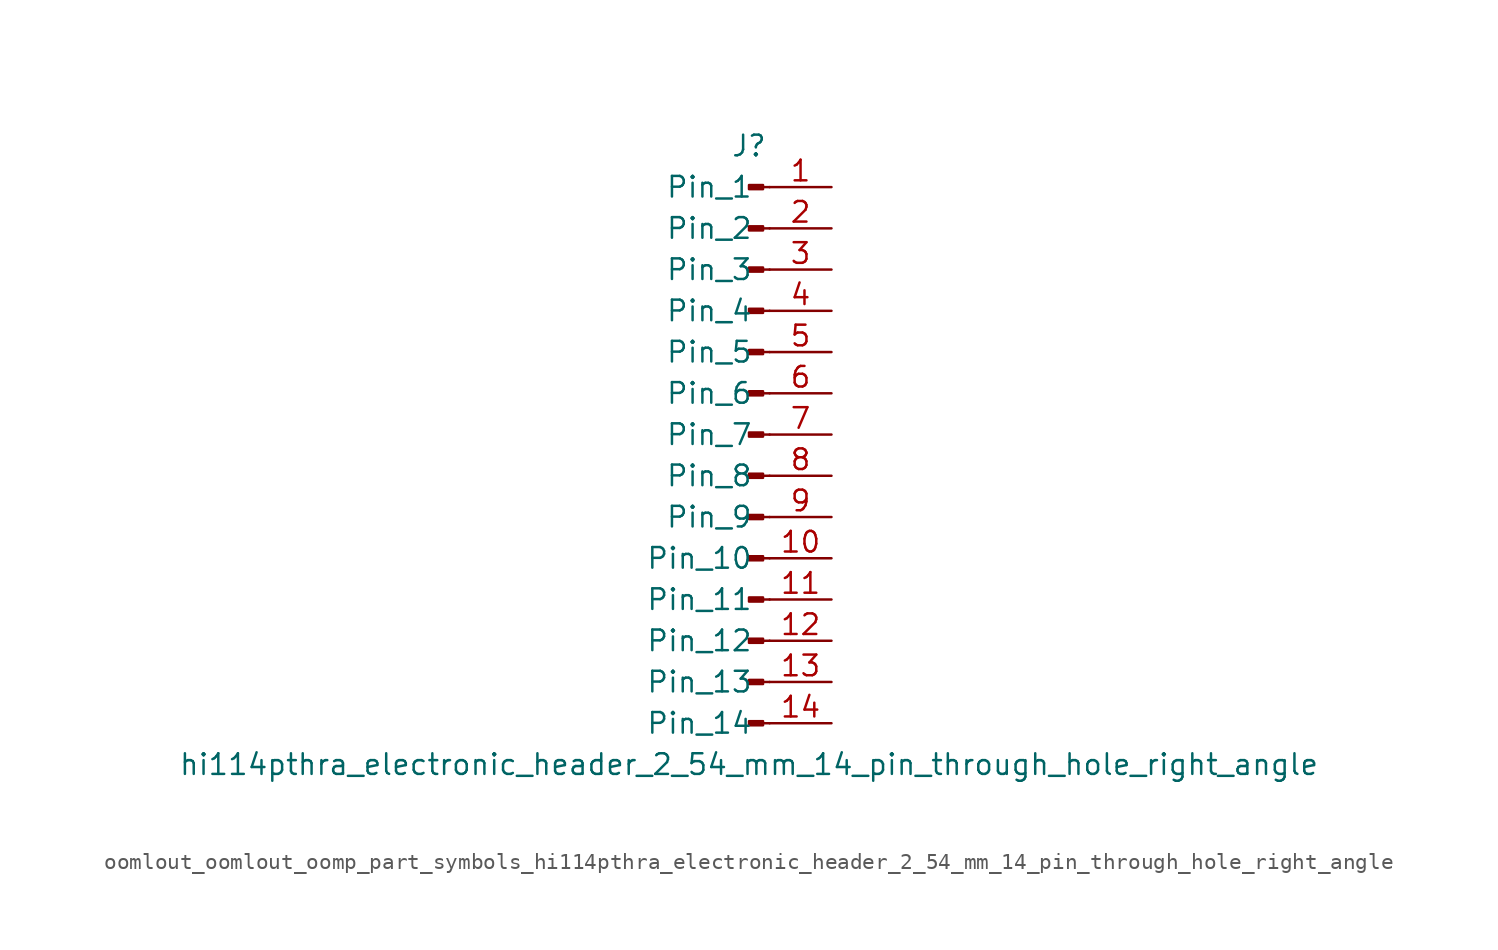
<source format=kicad_sym>
(kicad_symbol_lib
  (version 20220914)
  (generator kicad_symbol_editor)
  (symbol "oomlout_oomlout_oomp_part_symbols_hi114pthra_electronic_header_2_54_mm_14_pin_through_hole_right_angle"
    (pin_names
      (offset 1.016))
    (property "Reference" "J"
      (at 0 17.78 0)
      (effects (font (size 1.27 1.27))))
    (property "Value" "hi114pthra_electronic_header_2_54_mm_14_pin_through_hole_right_angle"
      (at 0 -20.32 0)
      (effects (font (size 1.27 1.27))))
    (property "ki_locked" ""
      (at 0 0 0)
      (effects (font (size 1.27 1.27))))
    (symbol "oomlout_oomlout_oomp_part_symbols_hi114pthra_electronic_header_2_54_mm_14_pin_through_hole_right_angle_1_1"
      (polyline (pts (xy 1.27 -17.78) (xy 0.864 -17.78)) (stroke (width 0.152) (type default)) (fill (type none)))
      (polyline (pts (xy 1.27 -15.24) (xy 0.864 -15.24)) (stroke (width 0.152) (type default)) (fill (type none)))
      (polyline (pts (xy 1.27 -12.7) (xy 0.864 -12.7)) (stroke (width 0.152) (type default)) (fill (type none)))
      (polyline (pts (xy 1.27 -10.16) (xy 0.864 -10.16)) (stroke (width 0.152) (type default)) (fill (type none)))
      (polyline (pts (xy 1.27 -7.62) (xy 0.864 -7.62)) (stroke (width 0.152) (type default)) (fill (type none)))
      (polyline (pts (xy 1.27 -5.08) (xy 0.864 -5.08)) (stroke (width 0.152) (type default)) (fill (type none)))
      (polyline (pts (xy 1.27 -2.54) (xy 0.864 -2.54)) (stroke (width 0.152) (type default)) (fill (type none)))
      (polyline (pts (xy 1.27 0) (xy 0.864 0)) (stroke (width 0.152) (type default)) (fill (type none)))
      (polyline (pts (xy 1.27 2.54) (xy 0.864 2.54)) (stroke (width 0.152) (type default)) (fill (type none)))
      (polyline (pts (xy 1.27 5.08) (xy 0.864 5.08)) (stroke (width 0.152) (type default)) (fill (type none)))
      (polyline (pts (xy 1.27 7.62) (xy 0.864 7.62)) (stroke (width 0.152) (type default)) (fill (type none)))
      (polyline (pts (xy 1.27 10.16) (xy 0.864 10.16)) (stroke (width 0.152) (type default)) (fill (type none)))
      (polyline (pts (xy 1.27 12.7) (xy 0.864 12.7)) (stroke (width 0.152) (type default)) (fill (type none)))
      (polyline (pts (xy 1.27 15.24) (xy 0.864 15.24)) (stroke (width 0.152) (type default)) (fill (type none)))
      (rectangle (start 0.864 -17.653) (end 0 -17.907) (stroke (width 0.152) (type default)) (fill (type outline)))
      (rectangle (start 0.864 -15.113) (end 0 -15.367) (stroke (width 0.152) (type default)) (fill (type outline)))
      (rectangle (start 0.864 -12.573) (end 0 -12.827) (stroke (width 0.152) (type default)) (fill (type outline)))
      (rectangle (start 0.864 -10.033) (end 0 -10.287) (stroke (width 0.152) (type default)) (fill (type outline)))
      (rectangle (start 0.864 -7.493) (end 0 -7.747) (stroke (width 0.152) (type default)) (fill (type outline)))
      (rectangle (start 0.864 -4.953) (end 0 -5.207) (stroke (width 0.152) (type default)) (fill (type outline)))
      (rectangle (start 0.864 -2.413) (end 0 -2.667) (stroke (width 0.152) (type default)) (fill (type outline)))
      (rectangle (start 0.864 0.127) (end 0 -0.127) (stroke (width 0.152) (type default)) (fill (type outline)))
      (rectangle (start 0.864 2.667) (end 0 2.413) (stroke (width 0.152) (type default)) (fill (type outline)))
      (rectangle (start 0.864 5.207) (end 0 4.953) (stroke (width 0.152) (type default)) (fill (type outline)))
      (rectangle (start 0.864 7.747) (end 0 7.493) (stroke (width 0.152) (type default)) (fill (type outline)))
      (rectangle (start 0.864 10.287) (end 0 10.033) (stroke (width 0.152) (type default)) (fill (type outline)))
      (rectangle (start 0.864 12.827) (end 0 12.573) (stroke (width 0.152) (type default)) (fill (type outline)))
      (rectangle (start 0.864 15.367) (end 0 15.113) (stroke (width 0.152) (type default)) (fill (type outline)))
      (pin passive line (at 5.08 15.24 180) (length 3.81) (name "Pin_1" (effects (font (size 1.27 1.27)))) (number "1" (effects (font (size 1.27 1.27)))))
      (pin passive line (at 5.08 -7.62 180) (length 3.81) (name "Pin_10" (effects (font (size 1.27 1.27)))) (number "10" (effects (font (size 1.27 1.27)))))
      (pin passive line (at 5.08 -10.16 180) (length 3.81) (name "Pin_11" (effects (font (size 1.27 1.27)))) (number "11" (effects (font (size 1.27 1.27)))))
      (pin passive line (at 5.08 -12.7 180) (length 3.81) (name "Pin_12" (effects (font (size 1.27 1.27)))) (number "12" (effects (font (size 1.27 1.27)))))
      (pin passive line (at 5.08 -15.24 180) (length 3.81) (name "Pin_13" (effects (font (size 1.27 1.27)))) (number "13" (effects (font (size 1.27 1.27)))))
      (pin passive line (at 5.08 -17.78 180) (length 3.81) (name "Pin_14" (effects (font (size 1.27 1.27)))) (number "14" (effects (font (size 1.27 1.27)))))
      (pin passive line (at 5.08 12.7 180) (length 3.81) (name "Pin_2" (effects (font (size 1.27 1.27)))) (number "2" (effects (font (size 1.27 1.27)))))
      (pin passive line (at 5.08 10.16 180) (length 3.81) (name "Pin_3" (effects (font (size 1.27 1.27)))) (number "3" (effects (font (size 1.27 1.27)))))
      (pin passive line (at 5.08 7.62 180) (length 3.81) (name "Pin_4" (effects (font (size 1.27 1.27)))) (number "4" (effects (font (size 1.27 1.27)))))
      (pin passive line (at 5.08 5.08 180) (length 3.81) (name "Pin_5" (effects (font (size 1.27 1.27)))) (number "5" (effects (font (size 1.27 1.27)))))
      (pin passive line (at 5.08 2.54 180) (length 3.81) (name "Pin_6" (effects (font (size 1.27 1.27)))) (number "6" (effects (font (size 1.27 1.27)))))
      (pin passive line (at 5.08 0 180) (length 3.81) (name "Pin_7" (effects (font (size 1.27 1.27)))) (number "7" (effects (font (size 1.27 1.27)))))
      (pin passive line (at 5.08 -2.54 180) (length 3.81) (name "Pin_8" (effects (font (size 1.27 1.27)))) (number "8" (effects (font (size 1.27 1.27)))))
      (pin passive line (at 5.08 -5.08 180) (length 3.81) (name "Pin_9" (effects (font (size 1.27 1.27)))) (number "9" (effects (font (size 1.27 1.27))))))))
</source>
